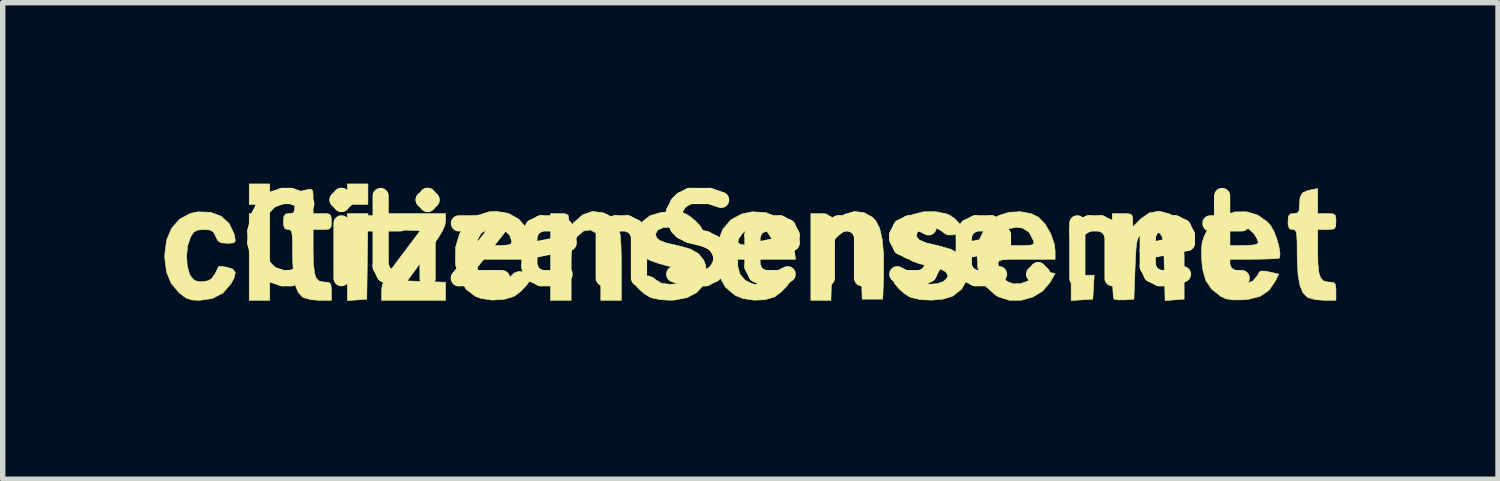
<source format=kicad_pcb>
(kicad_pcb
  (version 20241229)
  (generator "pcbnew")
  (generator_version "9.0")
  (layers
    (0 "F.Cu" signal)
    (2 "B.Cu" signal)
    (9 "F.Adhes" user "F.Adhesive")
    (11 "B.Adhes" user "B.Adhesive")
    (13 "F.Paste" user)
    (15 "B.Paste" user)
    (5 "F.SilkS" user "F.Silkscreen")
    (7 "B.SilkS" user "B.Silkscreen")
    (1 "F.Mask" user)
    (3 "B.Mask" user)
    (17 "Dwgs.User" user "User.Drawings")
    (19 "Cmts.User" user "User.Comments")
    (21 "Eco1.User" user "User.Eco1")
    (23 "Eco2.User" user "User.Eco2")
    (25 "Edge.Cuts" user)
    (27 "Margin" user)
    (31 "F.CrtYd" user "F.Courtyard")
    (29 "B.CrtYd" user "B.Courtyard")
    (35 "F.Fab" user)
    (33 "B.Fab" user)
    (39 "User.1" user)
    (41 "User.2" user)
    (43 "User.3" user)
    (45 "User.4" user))
  (footprint "CitizenSense.net"
    (layer "F.Cu")
    (at 10.757 1.418)
    (property "Reference" "CitizenSense.net" (at 0 0 0) (layer "F.SilkS") (effects (font (size 1.524 1.524) (thickness 0.3))))
    (attr through_hole)
    (fp_poly (pts (xy -8.805 -0.677) (xy -9.186 -0.677) (xy -9.186 -1.058) (xy -8.805 -1.058) (xy -8.805 -0.677)) (stroke (width 0.01) (type solid)) (fill yes) (layer "F.SilkS"))
    (fp_poly (pts (xy -8.805 1.101) (xy -9.186 1.101) (xy -9.186 -0.508) (xy -8.805 -0.508) (xy -8.805 1.101)) (stroke (width 0.01) (type solid)) (fill yes) (layer "F.SilkS"))
    (fp_poly (pts (xy -6.985 -0.677) (xy -7.366 -0.677) (xy -7.366 -1.058) (xy -6.985 -1.058) (xy -6.985 -0.677)) (stroke (width 0.01) (type solid)) (fill yes) (layer "F.SilkS"))
    (fp_poly (pts (xy -6.995 0.286) (xy -7.006 1.079) (xy -7.186 1.093) (xy -7.366 1.106) (xy -7.366 -0.508) (xy -6.983 -0.508) (xy -6.995 0.286)) (stroke (width 0.01) (type solid)) (fill yes) (layer "F.SilkS"))
    (fp_poly (pts (xy 6.469 0.857) (xy 6.456 1.079) (xy 6.255 1.092) (xy 6.054 1.105) (xy 6.054 0.635) (xy 6.481 0.635) (xy 6.469 0.857)) (stroke (width 0.01) (type solid)) (fill yes) (layer "F.SilkS"))
    (fp_poly (pts (xy -5.546 -0.369) (xy -5.558 -0.293) (xy -5.599 -0.196) (xy -5.676 -0.066) (xy -5.796 0.11) (xy -5.901 0.256) (xy -6.257 0.741) (xy -5.901 0.753) (xy -5.546 0.765) (xy -5.546 1.101) (xy -6.731 1.101) (xy -6.731 0.93) (xy -6.725 0.853) (xy -6.702 0.774) (xy -6.653 0.679) (xy -6.571 0.553) (xy -6.447 0.383) (xy -6.373 0.285) (xy -6.015 -0.191) (xy -6.352 -0.203) (xy -6.689 -0.215) (xy -6.689 -0.508) (xy -5.546 -0.508) (xy -5.546 -0.369)) (stroke (width 0.01) (type solid)) (fill yes) (layer "F.SilkS"))
    (fp_poly (pts (xy 2.211 -0.527) (xy 2.373 -0.437) (xy 2.428 -0.381) (xy 2.502 -0.24) (xy 2.552 -0.025) (xy 2.577 0.268) (xy 2.577 0.64) (xy 2.575 0.72) (xy 2.561 1.079) (xy 2.18 1.079) (xy 2.159 0.475) (xy 2.148 0.223) (xy 2.136 0.045) (xy 2.12 -0.073) (xy 2.098 -0.141) (xy 2.074 -0.17) (xy 1.956 -0.208) (xy 1.831 -0.17) (xy 1.749 -0.11) (xy 1.7 -0.065) (xy 1.667 -0.019) (xy 1.645 0.044) (xy 1.631 0.142) (xy 1.623 0.289) (xy 1.616 0.502) (xy 1.615 0.547) (xy 1.6 1.101) (xy 1.228 1.101) (xy 1.228 -0.508) (xy 1.397 -0.508) (xy 1.505 -0.503) (xy 1.554 -0.476) (xy 1.566 -0.406) (xy 1.566 -0.372) (xy 1.566 -0.235) (xy 1.689 -0.37) (xy 1.85 -0.493) (xy 2.03 -0.546) (xy 2.211 -0.527)) (stroke (width 0.01) (type solid)) (fill yes) (layer "F.SilkS"))
    (fp_poly (pts (xy -2.628 -0.524) (xy -2.539 -0.486) (xy -2.449 -0.43) (xy -2.383 -0.358) (xy -2.338 -0.259) (xy -2.308 -0.118) (xy -2.293 0.076) (xy -2.286 0.337) (xy -2.286 0.464) (xy -2.286 1.101) (xy -2.667 1.101) (xy -2.667 0.515) (xy -2.668 0.276) (xy -2.673 0.108) (xy -2.683 -0.005) (xy -2.7 -0.077) (xy -2.726 -0.123) (xy -2.744 -0.142) (xy -2.864 -0.205) (xy -2.986 -0.185) (xy -3.108 -0.081) (xy -3.154 -0.023) (xy -3.184 0.036) (xy -3.203 0.113) (xy -3.213 0.225) (xy -3.217 0.39) (xy -3.217 0.575) (xy -3.217 1.101) (xy -3.598 1.101) (xy -3.598 -0.508) (xy -3.429 -0.508) (xy -3.321 -0.503) (xy -3.272 -0.476) (xy -3.26 -0.406) (xy -3.259 -0.37) (xy -3.259 -0.233) (xy -3.164 -0.345) (xy -3 -0.487) (xy -2.82 -0.547) (xy -2.628 -0.524)) (stroke (width 0.01) (type solid)) (fill yes) (layer "F.SilkS"))
    (fp_poly (pts (xy 7.877 -0.502) (xy 7.917 -0.48) (xy 8 -0.423) (xy 8.061 -0.355) (xy 8.103 -0.264) (xy 8.129 -0.135) (xy 8.143 0.044) (xy 8.149 0.288) (xy 8.149 0.44) (xy 8.149 1.079) (xy 7.972 1.092) (xy 7.796 1.105) (xy 7.782 0.507) (xy 7.775 0.267) (xy 7.767 0.098) (xy 7.755 -0.015) (xy 7.737 -0.086) (xy 7.711 -0.129) (xy 7.686 -0.152) (xy 7.561 -0.207) (xy 7.436 -0.182) (xy 7.36 -0.131) (xy 7.319 -0.093) (xy 7.291 -0.046) (xy 7.271 0.026) (xy 7.258 0.138) (xy 7.248 0.306) (xy 7.239 0.515) (xy 7.218 1.079) (xy 7.047 1.092) (xy 6.932 1.093) (xy 6.856 1.08) (xy 6.846 1.074) (xy 6.836 1.024) (xy 6.828 0.904) (xy 6.821 0.726) (xy 6.817 0.505) (xy 6.816 0.268) (xy 6.816 -0.508) (xy 7.006 -0.508) (xy 7.123 -0.504) (xy 7.179 -0.483) (xy 7.196 -0.429) (xy 7.197 -0.385) (xy 7.197 -0.262) (xy 7.341 -0.406) (xy 7.506 -0.521) (xy 7.688 -0.553) (xy 7.877 -0.502)) (stroke (width 0.01) (type solid)) (fill yes) (layer "F.SilkS"))
    (fp_poly (pts (xy 10.626 -0.508) (xy 10.795 -0.508) (xy 10.903 -0.504) (xy 10.952 -0.476) (xy 10.964 -0.404) (xy 10.964 -0.36) (xy 10.959 -0.265) (xy 10.928 -0.223) (xy 10.845 -0.212) (xy 10.795 -0.212) (xy 10.626 -0.212) (xy 10.626 0.193) (xy 10.631 0.427) (xy 10.648 0.589) (xy 10.683 0.69) (xy 10.74 0.744) (xy 10.823 0.762) (xy 10.839 0.762) (xy 10.919 0.769) (xy 10.955 0.805) (xy 10.964 0.896) (xy 10.964 0.931) (xy 10.964 1.101) (xy 10.741 1.101) (xy 10.577 1.087) (xy 10.451 1.051) (xy 10.425 1.036) (xy 10.349 0.953) (xy 10.296 0.821) (xy 10.262 0.631) (xy 10.247 0.371) (xy 10.245 0.222) (xy 10.244 0.027) (xy 10.238 -0.099) (xy 10.226 -0.171) (xy 10.203 -0.203) (xy 10.168 -0.212) (xy 10.16 -0.212) (xy 10.102 -0.228) (xy 10.078 -0.293) (xy 10.075 -0.36) (xy 10.083 -0.46) (xy 10.119 -0.501) (xy 10.181 -0.508) (xy 10.251 -0.518) (xy 10.281 -0.565) (xy 10.288 -0.667) (xy 10.299 -0.808) (xy 10.342 -0.889) (xy 10.434 -0.933) (xy 10.488 -0.945) (xy 10.626 -0.972) (xy 10.626 -0.508)) (stroke (width 0.01) (type solid)) (fill yes) (layer "F.SilkS"))
    (fp_poly (pts (xy 0.395 -0.526) (xy 0.606 -0.44) (xy 0.768 -0.288) (xy 0.876 -0.074) (xy 0.917 0.12) (xy 0.943 0.339) (xy -0.127 0.339) (xy -0.127 0.468) (xy -0.089 0.613) (xy 0.011 0.73) (xy 0.148 0.797) (xy 0.213 0.804) (xy 0.352 0.769) (xy 0.476 0.674) (xy 0.572 0.591) (xy 0.655 0.562) (xy 0.748 0.57) (xy 0.844 0.603) (xy 0.889 0.65) (xy 0.889 0.655) (xy 0.858 0.736) (xy 0.779 0.841) (xy 0.675 0.947) (xy 0.566 1.028) (xy 0.547 1.039) (xy 0.378 1.089) (xy 0.174 1.098) (xy -0.03 1.067) (xy -0.175 1.009) (xy -0.354 0.859) (xy -0.471 0.652) (xy -0.524 0.393) (xy -0.527 0.296) (xy -0.497 0.025) (xy -0.126 0.025) (xy -0.08 0.063) (xy 0.036 0.081) (xy 0.209 0.085) (xy 0.546 0.085) (xy 0.501 -0.043) (xy 0.419 -0.172) (xy 0.296 -0.245) (xy 0.156 -0.256) (xy 0.023 -0.202) (xy -0.039 -0.142) (xy -0.11 -0.042) (xy -0.126 0.025) (xy -0.497 0.025) (xy -0.495 0.012) (xy -0.403 -0.219) (xy -0.255 -0.392) (xy -0.053 -0.501) (xy 0.142 -0.541) (xy 0.395 -0.526)) (stroke (width 0.01) (type solid)) (fill yes) (layer "F.SilkS"))
    (fp_poly (pts (xy -9.902 -0.532) (xy -9.704 -0.457) (xy -9.555 -0.321) (xy -9.465 -0.128) (xy -9.456 -0.088) (xy -9.444 -0.004) (xy -9.468 0.033) (xy -9.548 0.042) (xy -9.595 0.042) (xy -9.708 0.034) (xy -9.769 -0.006) (xy -9.808 -0.085) (xy -9.85 -0.167) (xy -9.913 -0.204) (xy -10.027 -0.212) (xy -10.028 -0.212) (xy -10.146 -0.202) (xy -10.217 -0.161) (xy -10.273 -0.074) (xy -10.327 0.086) (xy -10.347 0.277) (xy -10.335 0.467) (xy -10.29 0.622) (xy -10.273 0.651) (xy -10.205 0.73) (xy -10.119 0.756) (xy -10.042 0.754) (xy -9.95 0.738) (xy -9.883 0.698) (xy -9.823 0.614) (xy -9.752 0.474) (xy -9.711 0.472) (xy -9.617 0.484) (xy -9.593 0.489) (xy -9.484 0.525) (xy -9.444 0.588) (xy -9.468 0.69) (xy -9.525 0.794) (xy -9.675 0.966) (xy -9.873 1.068) (xy -10.107 1.101) (xy -10.253 1.093) (xy -10.357 1.058) (xy -10.463 0.979) (xy -10.491 0.954) (xy -10.633 0.785) (xy -10.718 0.579) (xy -10.751 0.321) (xy -10.752 0.249) (xy -10.718 -0.017) (xy -10.623 -0.238) (xy -10.474 -0.406) (xy -10.276 -0.511) (xy -10.14 -0.54) (xy -9.902 -0.532)) (stroke (width 0.01) (type solid)) (fill yes) (layer "F.SilkS"))
    (fp_poly (pts (xy -8.016 -0.944) (xy -8.003 -0.88) (xy -8.001 -0.751) (xy -8.001 -0.742) (xy -8.001 -0.508) (xy -7.832 -0.508) (xy -7.723 -0.504) (xy -7.675 -0.476) (xy -7.663 -0.404) (xy -7.662 -0.36) (xy -7.667 -0.265) (xy -7.699 -0.223) (xy -7.782 -0.212) (xy -7.832 -0.212) (xy -8.001 -0.212) (xy -8.001 0.193) (xy -7.996 0.427) (xy -7.979 0.589) (xy -7.944 0.69) (xy -7.887 0.744) (xy -7.804 0.762) (xy -7.788 0.762) (xy -7.707 0.769) (xy -7.672 0.805) (xy -7.663 0.896) (xy -7.662 0.931) (xy -7.662 1.101) (xy -7.886 1.101) (xy -8.05 1.087) (xy -8.175 1.051) (xy -8.202 1.036) (xy -8.277 0.953) (xy -8.331 0.821) (xy -8.364 0.631) (xy -8.38 0.371) (xy -8.382 0.222) (xy -8.383 0.027) (xy -8.388 -0.099) (xy -8.401 -0.171) (xy -8.423 -0.203) (xy -8.459 -0.212) (xy -8.467 -0.212) (xy -8.525 -0.228) (xy -8.549 -0.293) (xy -8.551 -0.36) (xy -8.543 -0.46) (xy -8.508 -0.501) (xy -8.445 -0.508) (xy -8.38 -0.516) (xy -8.349 -0.554) (xy -8.34 -0.646) (xy -8.34 -0.7) (xy -8.335 -0.817) (xy -8.308 -0.883) (xy -8.237 -0.92) (xy -8.117 -0.95) (xy -8.051 -0.961) (xy -8.016 -0.944)) (stroke (width 0.01) (type solid)) (fill yes) (layer "F.SilkS"))
    (fp_poly (pts (xy -4.38 -0.512) (xy -4.185 -0.402) (xy -4.035 -0.227) (xy -3.937 0.006) (xy -3.91 0.141) (xy -3.883 0.339) (xy -4.978 0.339) (xy -4.961 0.487) (xy -4.907 0.645) (xy -4.803 0.75) (xy -4.666 0.798) (xy -4.517 0.781) (xy -4.376 0.693) (xy -4.358 0.675) (xy -4.269 0.592) (xy -4.189 0.564) (xy -4.087 0.574) (xy -3.989 0.6) (xy -3.939 0.629) (xy -3.937 0.633) (xy -3.967 0.714) (xy -4.044 0.821) (xy -4.144 0.928) (xy -4.248 1.01) (xy -4.277 1.027) (xy -4.462 1.083) (xy -4.679 1.096) (xy -4.888 1.066) (xy -4.989 1.029) (xy -5.16 0.899) (xy -5.284 0.707) (xy -5.355 0.464) (xy -5.364 0.39) (xy -5.357 0.107) (xy -5.327 0.008) (xy -4.953 0.008) (xy -4.943 0.047) (xy -4.902 0.071) (xy -4.813 0.082) (xy -4.659 0.085) (xy -4.636 0.085) (xy -4.472 0.082) (xy -4.376 0.072) (xy -4.331 0.051) (xy -4.318 0.014) (xy -4.318 0.008) (xy -4.356 -0.106) (xy -4.454 -0.199) (xy -4.586 -0.25) (xy -4.636 -0.254) (xy -4.773 -0.223) (xy -4.886 -0.142) (xy -4.948 -0.033) (xy -4.953 0.008) (xy -5.327 0.008) (xy -5.285 -0.135) (xy -5.154 -0.33) (xy -4.971 -0.467) (xy -4.743 -0.54) (xy -4.612 -0.55) (xy -4.38 -0.512)) (stroke (width 0.01) (type solid)) (fill yes) (layer "F.SilkS"))
    (fp_poly (pts (xy 5.312 -0.507) (xy 5.452 -0.438) (xy 5.572 -0.312) (xy 5.675 -0.136) (xy 5.741 0.053) (xy 5.757 0.178) (xy 5.757 0.339) (xy 5.228 0.339) (xy 5.009 0.339) (xy 4.86 0.343) (xy 4.769 0.352) (xy 4.721 0.368) (xy 4.702 0.394) (xy 4.699 0.426) (xy 4.732 0.569) (xy 4.816 0.703) (xy 4.865 0.75) (xy 4.98 0.795) (xy 5.118 0.791) (xy 5.248 0.745) (xy 5.339 0.666) (xy 5.357 0.629) (xy 5.387 0.574) (xy 5.444 0.553) (xy 5.551 0.563) (xy 5.625 0.577) (xy 5.757 0.603) (xy 5.667 0.762) (xy 5.531 0.925) (xy 5.345 1.039) (xy 5.132 1.099) (xy 4.913 1.101) (xy 4.711 1.038) (xy 4.656 1.005) (xy 4.479 0.851) (xy 4.37 0.665) (xy 4.324 0.497) (xy 4.307 0.227) (xy 4.343 0.036) (xy 4.712 0.036) (xy 4.726 0.065) (xy 4.78 0.079) (xy 4.89 0.084) (xy 5.038 0.085) (xy 5.207 0.084) (xy 5.307 0.077) (xy 5.354 0.061) (xy 5.363 0.03) (xy 5.353 -0.011) (xy 5.275 -0.16) (xy 5.153 -0.239) (xy 5.038 -0.254) (xy 4.88 -0.222) (xy 4.772 -0.122) (xy 4.722 -0.011) (xy 4.712 0.036) (xy 4.343 0.036) (xy 4.354 -0.025) (xy 4.459 -0.243) (xy 4.615 -0.411) (xy 4.711 -0.472) (xy 4.899 -0.531) (xy 5.11 -0.543) (xy 5.312 -0.507)) (stroke (width 0.01) (type solid)) (fill yes) (layer "F.SilkS"))
    (fp_poly (pts (xy 3.743 -0.502) (xy 3.795 -0.481) (xy 3.895 -0.415) (xy 3.978 -0.328) (xy 4.03 -0.242) (xy 4.039 -0.175) (xy 4.013 -0.151) (xy 3.859 -0.112) (xy 3.759 -0.112) (xy 3.688 -0.153) (xy 3.669 -0.173) (xy 3.573 -0.231) (xy 3.443 -0.25) (xy 3.312 -0.231) (xy 3.215 -0.176) (xy 3.2 -0.156) (xy 3.184 -0.083) (xy 3.237 -0.02) (xy 3.363 0.034) (xy 3.569 0.083) (xy 3.585 0.086) (xy 3.828 0.155) (xy 3.997 0.257) (xy 4.098 0.397) (xy 4.132 0.529) (xy 4.117 0.724) (xy 4.026 0.891) (xy 3.866 1.017) (xy 3.84 1.03) (xy 3.677 1.078) (xy 3.472 1.097) (xy 3.263 1.088) (xy 3.088 1.049) (xy 3.066 1.04) (xy 2.966 0.979) (xy 2.865 0.889) (xy 2.785 0.795) (xy 2.752 0.721) (xy 2.752 0.719) (xy 2.789 0.694) (xy 2.883 0.668) (xy 2.927 0.66) (xy 3.055 0.65) (xy 3.142 0.677) (xy 3.195 0.718) (xy 3.302 0.779) (xy 3.435 0.802) (xy 3.572 0.792) (xy 3.687 0.751) (xy 3.757 0.682) (xy 3.768 0.637) (xy 3.727 0.57) (xy 3.609 0.511) (xy 3.446 0.469) (xy 3.236 0.421) (xy 3.089 0.366) (xy 2.984 0.293) (xy 2.927 0.23) (xy 2.851 0.071) (xy 2.842 -0.106) (xy 2.893 -0.277) (xy 2.999 -0.418) (xy 3.113 -0.49) (xy 3.313 -0.54) (xy 3.537 -0.544) (xy 3.743 -0.502)) (stroke (width 0.01) (type solid)) (fill yes) (layer "F.SilkS"))
    (fp_poly (pts (xy 9.515 -0.479) (xy 9.695 -0.351) (xy 9.754 -0.284) (xy 9.813 -0.181) (xy 9.866 -0.044) (xy 9.906 0.1) (xy 9.927 0.225) (xy 9.921 0.306) (xy 9.914 0.317) (xy 9.865 0.325) (xy 9.749 0.332) (xy 9.583 0.337) (xy 9.382 0.339) (xy 9.364 0.339) (xy 8.837 0.339) (xy 8.863 0.476) (xy 8.925 0.625) (xy 9.031 0.73) (xy 9.162 0.786) (xy 9.299 0.792) (xy 9.423 0.742) (xy 9.514 0.635) (xy 9.533 0.59) (xy 9.566 0.558) (xy 9.647 0.559) (xy 9.727 0.574) (xy 9.903 0.614) (xy 9.835 0.753) (xy 9.719 0.919) (xy 9.556 1.027) (xy 9.335 1.083) (xy 9.23 1.091) (xy 9.054 1.093) (xy 8.93 1.073) (xy 8.829 1.027) (xy 8.822 1.022) (xy 8.657 0.89) (xy 8.549 0.728) (xy 8.491 0.518) (xy 8.474 0.339) (xy 8.471 0.158) (xy 8.483 0.036) (xy 8.86 0.036) (xy 8.874 0.065) (xy 8.929 0.079) (xy 9.039 0.084) (xy 9.183 0.085) (xy 9.362 0.081) (xy 9.47 0.069) (xy 9.518 0.046) (xy 9.525 0.027) (xy 9.5 -0.044) (xy 9.441 -0.138) (xy 9.437 -0.142) (xy 9.345 -0.225) (xy 9.223 -0.253) (xy 9.19 -0.254) (xy 9.031 -0.223) (xy 8.922 -0.125) (xy 8.871 -0.011) (xy 8.86 0.036) (xy 8.483 0.036) (xy 8.484 0.028) (xy 8.519 -0.082) (xy 8.561 -0.167) (xy 8.701 -0.351) (xy 8.884 -0.475) (xy 9.092 -0.539) (xy 9.308 -0.541) (xy 9.515 -0.479)) (stroke (width 0.01) (type solid)) (fill yes) (layer "F.SilkS"))
    (fp_poly (pts (xy -1.156 -0.529) (xy -1.062 -0.486) (xy -1.02 -0.459) (xy -0.911 -0.371) (xy -0.827 -0.282) (xy -0.816 -0.267) (xy -0.783 -0.206) (xy -0.8 -0.171) (xy -0.88 -0.141) (xy -0.916 -0.131) (xy -1.03 -0.108) (xy -1.105 -0.123) (xy -1.165 -0.17) (xy -1.27 -0.232) (xy -1.396 -0.256) (xy -1.518 -0.245) (xy -1.611 -0.202) (xy -1.651 -0.129) (xy -1.651 -0.124) (xy -1.633 -0.059) (xy -1.572 -0.008) (xy -1.454 0.037) (xy -1.266 0.08) (xy -1.237 0.086) (xy -1.011 0.148) (xy -0.855 0.236) (xy -0.758 0.358) (xy -0.723 0.45) (xy -0.706 0.648) (xy -0.763 0.819) (xy -0.887 0.956) (xy -1.069 1.051) (xy -1.304 1.096) (xy -1.395 1.099) (xy -1.555 1.088) (xy -1.701 1.06) (xy -1.76 1.04) (xy -1.861 0.978) (xy -1.963 0.887) (xy -2.042 0.792) (xy -2.074 0.719) (xy -2.074 0.718) (xy -2.037 0.691) (xy -1.944 0.664) (xy -1.908 0.657) (xy -1.784 0.647) (xy -1.7 0.677) (xy -1.654 0.716) (xy -1.541 0.785) (xy -1.386 0.804) (xy -1.224 0.79) (xy -1.134 0.748) (xy -1.105 0.67) (xy -1.108 0.632) (xy -1.126 0.576) (xy -1.175 0.536) (xy -1.273 0.501) (xy -1.418 0.465) (xy -1.585 0.42) (xy -1.734 0.368) (xy -1.83 0.321) (xy -1.943 0.2) (xy -1.999 0.034) (xy -1.991 -0.15) (xy -1.977 -0.201) (xy -1.891 -0.362) (xy -1.753 -0.469) (xy -1.554 -0.528) (xy -1.428 -0.541) (xy -1.267 -0.546) (xy -1.156 -0.529)) (stroke (width 0.01) (type solid)) (fill yes) (layer "F.SilkS")))
  (gr_rect
    (start -3 -3)
    (end 24.726 5.836)
    (stroke (width 0.1) (type default))
    (fill no)
    (layer "Edge.Cuts")))
</source>
